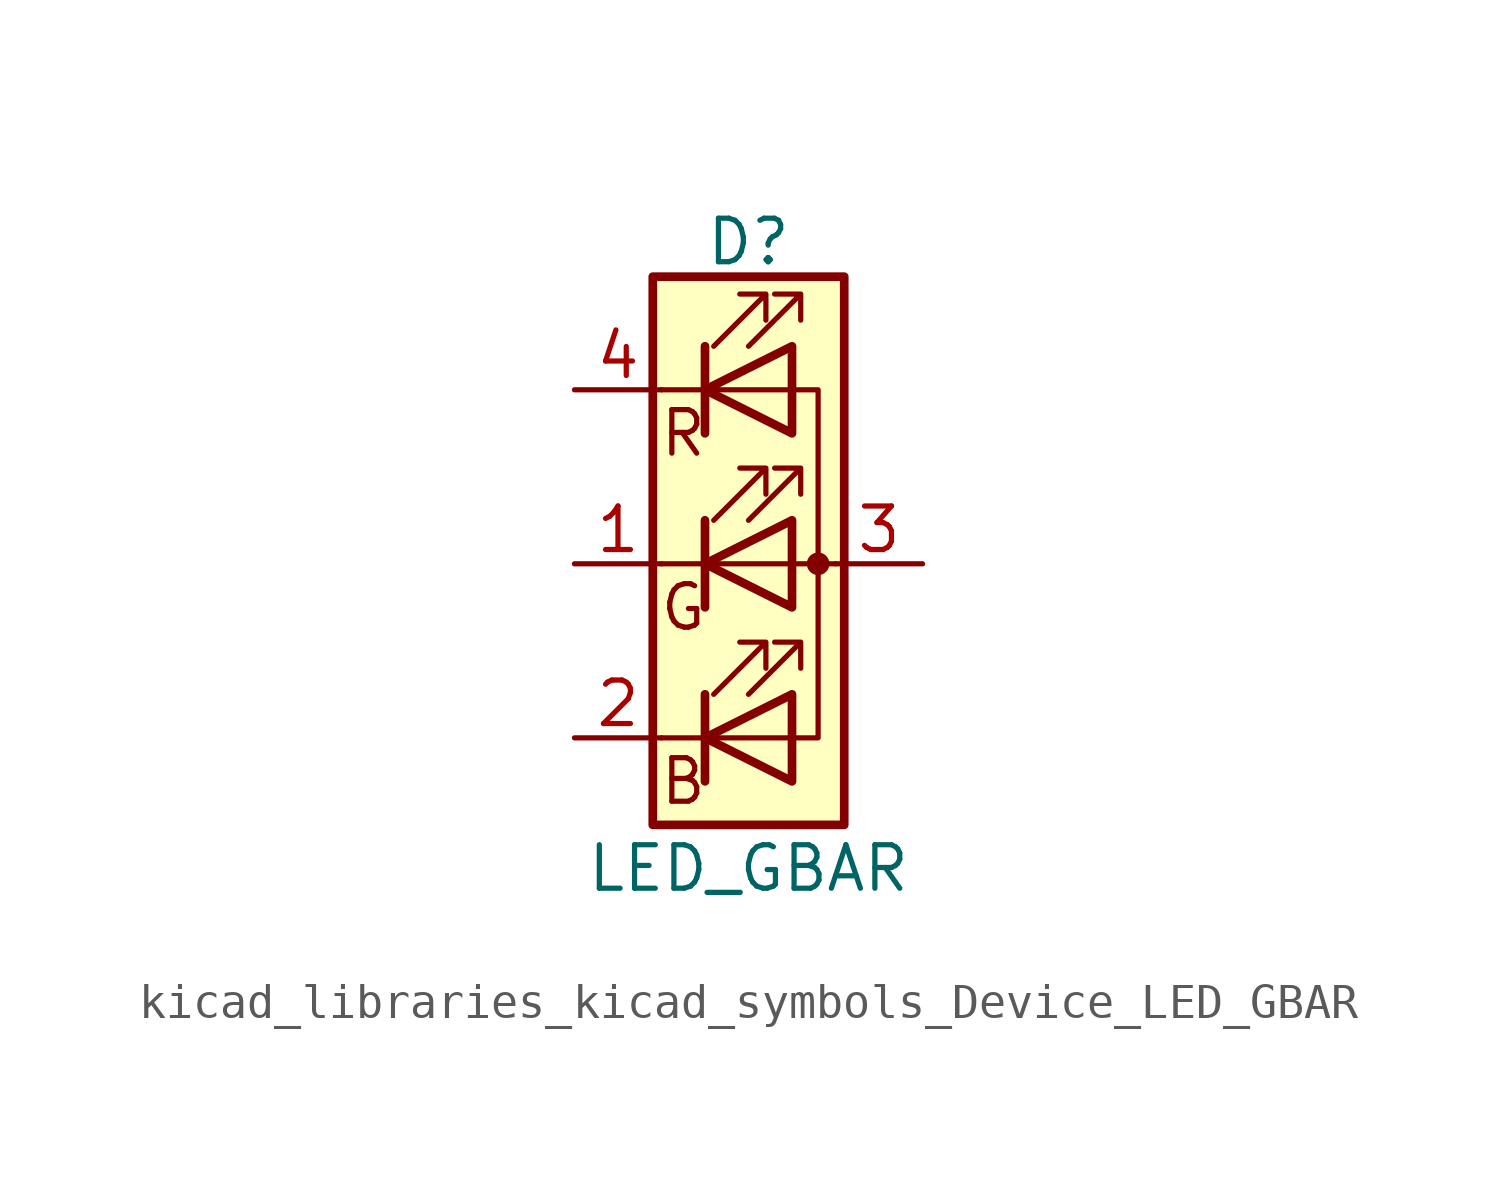
<source format=kicad_sym>
(kicad_symbol_lib
  (version 20220914)
  (generator kicad_symbol_editor)
  (symbol "kicad_libraries_kicad_symbols_Device_LED_GBAR"
    (pin_names
      (offset 0) hide)
    (property "Reference" "D"
      (at 0 9.398 0)
      (effects (font (size 1.27 1.27))))
    (property "Value" "LED_GBAR"
      (at 0 -8.89 0)
      (effects (font (size 1.27 1.27))))
    (symbol "kicad_libraries_kicad_symbols_Device_LED_GBAR_0_0"
      (text "B" (at -1.905 -6.35 0) (effects (font (size 1.27 1.27))))
      (text "G" (at -1.905 -1.27 0) (effects (font (size 1.27 1.27))))
      (text "R" (at -1.905 3.81 0) (effects (font (size 1.27 1.27)))))
    (symbol "kicad_libraries_kicad_symbols_Device_LED_GBAR_0_1"
      (polyline (pts (xy -1.27 -5.08) (xy -2.54 -5.08)) (stroke (width 0) (type default)) (fill (type none)))
      (polyline (pts (xy -1.27 -5.08) (xy 1.27 -5.08)) (stroke (width 0) (type default)) (fill (type none)))
      (polyline (pts (xy -1.27 -3.81) (xy -1.27 -6.35)) (stroke (width 0.254) (type default)) (fill (type none)))
      (polyline (pts (xy -1.27 0) (xy -2.54 0)) (stroke (width 0) (type default)) (fill (type none)))
      (polyline (pts (xy -1.27 1.27) (xy -1.27 -1.27)) (stroke (width 0.254) (type default)) (fill (type none)))
      (polyline (pts (xy -1.27 5.08) (xy -2.54 5.08)) (stroke (width 0) (type default)) (fill (type none)))
      (polyline (pts (xy -1.27 5.08) (xy 1.27 5.08)) (stroke (width 0) (type default)) (fill (type none)))
      (polyline (pts (xy -1.27 6.35) (xy -1.27 3.81)) (stroke (width 0.254) (type default)) (fill (type none)))
      (polyline (pts (xy 1.27 0) (xy -1.27 0)) (stroke (width 0) (type default)) (fill (type none)))
      (polyline (pts (xy 1.27 0) (xy 2.54 0)) (stroke (width 0) (type default)) (fill (type none)))
      (polyline (pts (xy -1.27 1.27) (xy -1.27 -1.27) (xy -1.27 -1.27)) (stroke (width 0) (type default)) (fill (type none)))
      (polyline (pts (xy -1.27 6.35) (xy -1.27 3.81) (xy -1.27 3.81)) (stroke (width 0) (type default)) (fill (type none)))
      (polyline (pts (xy 1.27 -5.08) (xy 2.032 -5.08) (xy 2.032 5.08) (xy 1.27 5.08)) (stroke (width 0) (type default)) (fill (type none)))
      (polyline (pts (xy 1.27 -3.81) (xy 1.27 -6.35) (xy -1.27 -5.08) (xy 1.27 -3.81)) (stroke (width 0.254) (type default)) (fill (type none)))
      (polyline (pts (xy 1.27 1.27) (xy 1.27 -1.27) (xy -1.27 0) (xy 1.27 1.27)) (stroke (width 0.254) (type default)) (fill (type none)))
      (polyline (pts (xy 1.27 6.35) (xy 1.27 3.81) (xy -1.27 5.08) (xy 1.27 6.35)) (stroke (width 0.254) (type default)) (fill (type none)))
      (polyline (pts (xy -1.016 -3.81) (xy 0.508 -2.286) (xy -0.254 -2.286) (xy 0.508 -2.286) (xy 0.508 -3.048)) (stroke (width 0) (type default)) (fill (type none)))
      (polyline (pts (xy -1.016 1.27) (xy 0.508 2.794) (xy -0.254 2.794) (xy 0.508 2.794) (xy 0.508 2.032)) (stroke (width 0) (type default)) (fill (type none)))
      (polyline (pts (xy -1.016 6.35) (xy 0.508 7.874) (xy -0.254 7.874) (xy 0.508 7.874) (xy 0.508 7.112)) (stroke (width 0) (type default)) (fill (type none)))
      (polyline (pts (xy 0 -3.81) (xy 1.524 -2.286) (xy 0.762 -2.286) (xy 1.524 -2.286) (xy 1.524 -3.048)) (stroke (width 0) (type default)) (fill (type none)))
      (polyline (pts (xy 0 1.27) (xy 1.524 2.794) (xy 0.762 2.794) (xy 1.524 2.794) (xy 1.524 2.032)) (stroke (width 0) (type default)) (fill (type none)))
      (polyline (pts (xy 0 6.35) (xy 1.524 7.874) (xy 0.762 7.874) (xy 1.524 7.874) (xy 1.524 7.112)) (stroke (width 0) (type default)) (fill (type none)))
      (rectangle (start 1.27 -1.27) (end 1.27 1.27) (stroke (width 0) (type default)) (fill (type none)))
      (rectangle (start 1.27 1.27) (end 1.27 1.27) (stroke (width 0) (type default)) (fill (type none)))
      (rectangle (start 1.27 3.81) (end 1.27 6.35) (stroke (width 0) (type default)) (fill (type none)))
      (rectangle (start 1.27 6.35) (end 1.27 6.35) (stroke (width 0) (type default)) (fill (type none)))
      (circle (center 2.032 0) (radius 0.254) (stroke (width 0) (type default)) (fill (type outline)))
      (rectangle (start 2.794 8.382) (end -2.794 -7.62) (stroke (width 0.254) (type default)) (fill (type background))))
    (symbol "kicad_libraries_kicad_symbols_Device_LED_GBAR_1_1"
      (pin passive line (at -5.08 0 0) (length 2.54) (name "GK" (effects (font (size 1.27 1.27)))) (number "1" (effects (font (size 1.27 1.27)))))
      (pin passive line (at -5.08 -5.08 0) (length 2.54) (name "BK" (effects (font (size 1.27 1.27)))) (number "2" (effects (font (size 1.27 1.27)))))
      (pin passive line (at 5.08 0 180) (length 2.54) (name "A" (effects (font (size 1.27 1.27)))) (number "3" (effects (font (size 1.27 1.27)))))
      (pin passive line (at -5.08 5.08 0) (length 2.54) (name "RK" (effects (font (size 1.27 1.27)))) (number "4" (effects (font (size 1.27 1.27))))))))
</source>
